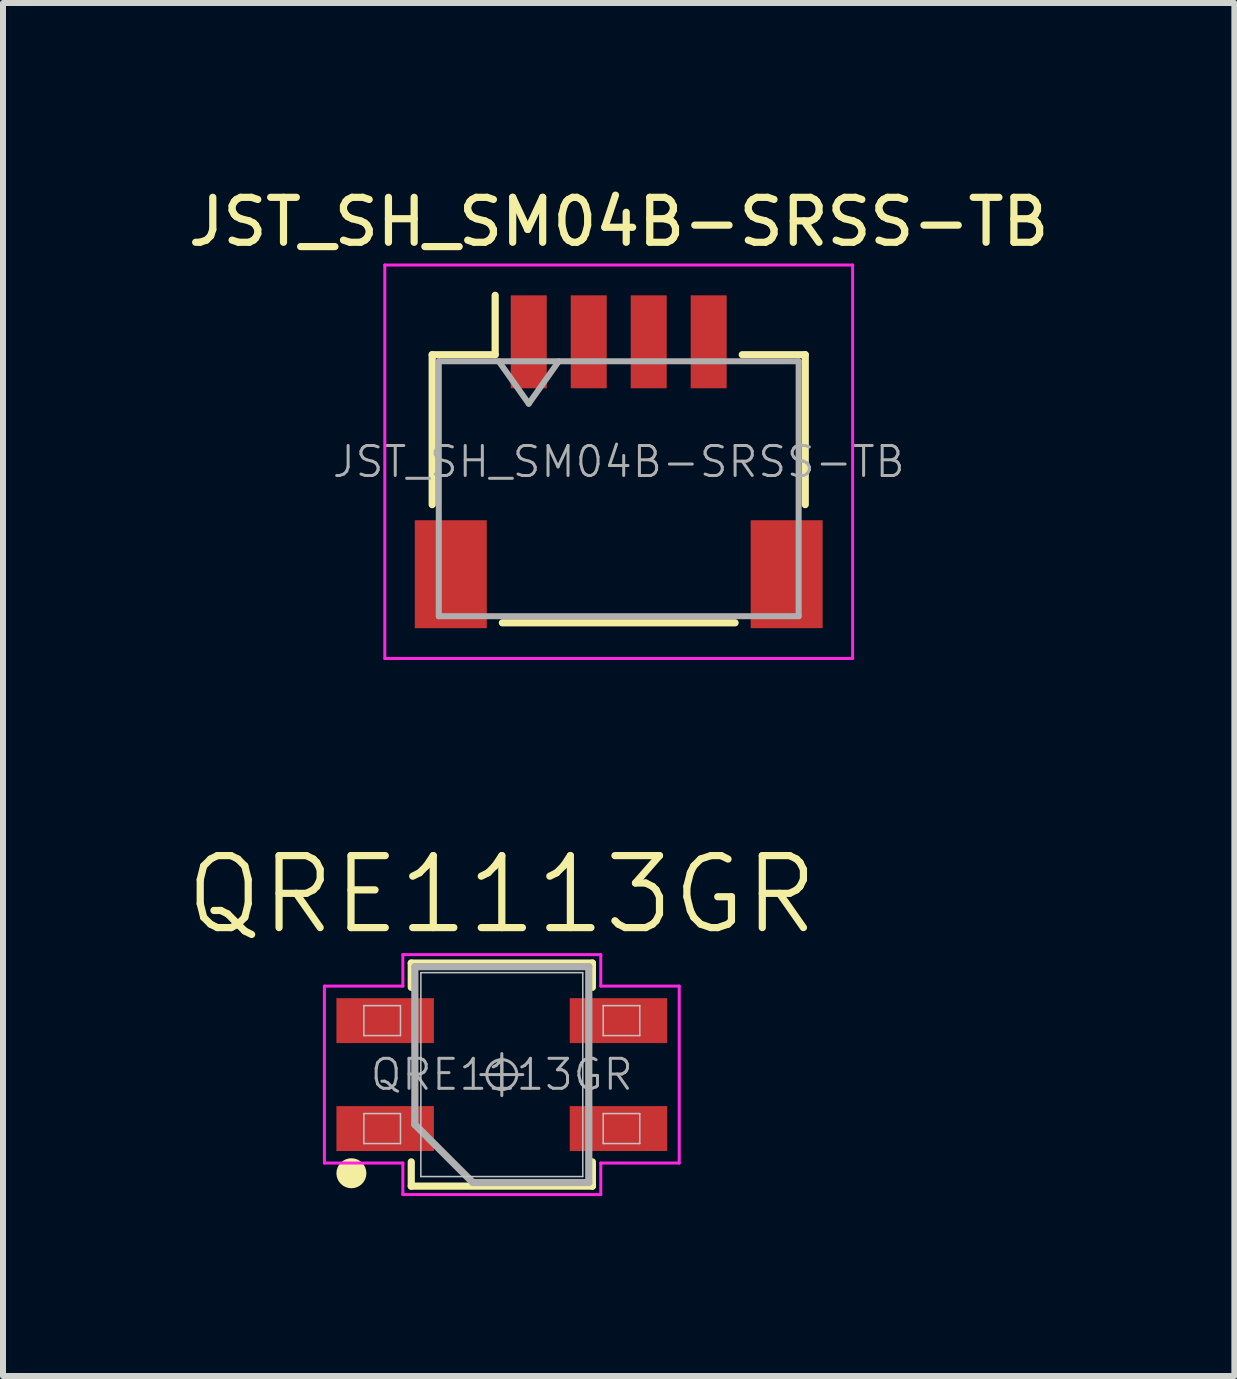
<source format=kicad_pcb>
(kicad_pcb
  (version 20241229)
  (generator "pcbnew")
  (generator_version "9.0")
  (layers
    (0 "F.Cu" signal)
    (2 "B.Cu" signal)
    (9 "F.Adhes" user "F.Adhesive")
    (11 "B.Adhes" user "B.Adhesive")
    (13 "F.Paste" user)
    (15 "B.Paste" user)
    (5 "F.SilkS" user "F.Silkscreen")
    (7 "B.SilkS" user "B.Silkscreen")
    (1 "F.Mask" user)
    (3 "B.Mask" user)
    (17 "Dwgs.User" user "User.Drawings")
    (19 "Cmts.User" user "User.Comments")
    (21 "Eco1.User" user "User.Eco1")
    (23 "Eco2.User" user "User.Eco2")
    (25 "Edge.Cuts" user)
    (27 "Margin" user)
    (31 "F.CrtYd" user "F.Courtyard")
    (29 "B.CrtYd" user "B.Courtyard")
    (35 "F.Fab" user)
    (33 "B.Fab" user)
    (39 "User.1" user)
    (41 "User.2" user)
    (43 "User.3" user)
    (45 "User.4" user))
  (footprint "JST_SH_SM04B-SRSS-TB"
    (layer "F.Cu")
    (at 7.266 4.649)
    (property "Reference" "JST_SH_SM04B-SRSS-TB" (at 0 -4 0) (unlocked yes) (layer "F.SilkS") (effects (font (size 0.75 0.75) (thickness 0.12))))
    (attr smd)
    (fp_line (start -3.11 -1.785) (end -2.06 -1.785) (stroke (width 0.12) (type solid)) (layer "F.SilkS"))
    (fp_line (start -3.11 0.715) (end -3.11 -1.785) (stroke (width 0.12) (type solid)) (layer "F.SilkS"))
    (fp_line (start -2.06 -1.785) (end -2.06 -2.775) (stroke (width 0.12) (type solid)) (layer "F.SilkS"))
    (fp_line (start -1.94 2.685) (end 1.94 2.685) (stroke (width 0.12) (type solid)) (layer "F.SilkS"))
    (fp_line (start 3.11 -1.785) (end 2.06 -1.785) (stroke (width 0.12) (type solid)) (layer "F.SilkS"))
    (fp_line (start 3.11 0.715) (end 3.11 -1.785) (stroke (width 0.12) (type solid)) (layer "F.SilkS"))
    (fp_line (start -3.9 -3.28) (end -3.9 3.28) (stroke (width 0.05) (type solid)) (layer "F.CrtYd"))
    (fp_line (start -3.9 3.28) (end 3.9 3.28) (stroke (width 0.05) (type solid)) (layer "F.CrtYd"))
    (fp_line (start 3.9 -3.28) (end -3.9 -3.28) (stroke (width 0.05) (type solid)) (layer "F.CrtYd"))
    (fp_line (start 3.9 3.28) (end 3.9 -3.28) (stroke (width 0.05) (type solid)) (layer "F.CrtYd"))
    (fp_line (start -3 -1.675) (end -3 2.575) (stroke (width 0.1) (type solid)) (layer "F.Fab"))
    (fp_line (start -3 -1.675) (end 3 -1.675) (stroke (width 0.1) (type solid)) (layer "F.Fab"))
    (fp_line (start -3 2.575) (end 3 2.575) (stroke (width 0.1) (type solid)) (layer "F.Fab"))
    (fp_line (start -2 -1.675) (end -1.5 -0.968) (stroke (width 0.1) (type solid)) (layer "F.Fab"))
    (fp_line (start -1.5 -0.968) (end -1 -1.675) (stroke (width 0.1) (type solid)) (layer "F.Fab"))
    (fp_line (start 3 -1.675) (end 3 2.575) (stroke (width 0.1) (type solid)) (layer "F.Fab"))
    (fp_text user "${REFERENCE}" (at 0 0 0) (layer "F.Fab") (effects (font (size 0.5 0.5) (thickness 0.05))))
    (pad "1" smd rect (at -1.5 -2) (size 0.6 1.55) (layers "F.Cu" "F.Mask" "F.Paste"))
    (pad "2" smd rect (at -0.5 -2) (size 0.6 1.55) (layers "F.Cu" "F.Mask" "F.Paste"))
    (pad "3" smd rect (at 0.5 -2) (size 0.6 1.55) (layers "F.Cu" "F.Mask" "F.Paste"))
    (pad "4" smd rect (at 1.5 -2) (size 0.6 1.55) (layers "F.Cu" "F.Mask" "F.Paste"))
    (pad "MP" smd rect (at -2.8 1.875) (size 1.2 1.8) (layers "F.Cu" "F.Mask" "F.Paste"))
    (pad "MP" smd rect (at 2.8 1.875) (size 1.2 1.8) (layers "F.Cu" "F.Mask" "F.Paste")))
  (footprint "QRE1113GR"
    (layer "F.Cu")
    (at 5.317 14.867)
    (property "Reference" "QRE1113GR" (at 0 -3 0) (layer "F.SilkS") (effects (font (size 1.2 1.2) (thickness 0.12))))
    (attr smd)
    (fp_line (start -1.51 -1.86) (end 1.51 -1.86) (stroke (width 0.12) (type solid)) (layer "F.SilkS"))
    (fp_line (start -1.51 -1.455) (end -1.51 -1.86) (stroke (width 0.12) (type solid)) (layer "F.SilkS"))
    (fp_line (start -1.51 1.455) (end -1.51 1.86) (stroke (width 0.12) (type solid)) (layer "F.SilkS"))
    (fp_line (start -1.51 1.86) (end 1.51 1.86) (stroke (width 0.12) (type solid)) (layer "F.SilkS"))
    (fp_line (start 1.51 -1.86) (end 1.51 -1.455) (stroke (width 0.12) (type solid)) (layer "F.SilkS"))
    (fp_line (start 1.51 1.86) (end 1.51 1.455) (stroke (width 0.12) (type solid)) (layer "F.SilkS"))
    (fp_circle (center -2.508 1.645) (end -2.508 1.77) (stroke (width 0.25) (type solid)) (fill no) (layer "F.SilkS"))
    (fp_line (start -2.3 -1.15) (end -2.3 -0.65) (stroke (width 0.025) (type solid)) (layer "Dwgs.User"))
    (fp_line (start -2.3 -0.65) (end -1.69 -0.65) (stroke (width 0.025) (type solid)) (layer "Dwgs.User"))
    (fp_line (start -2.3 0.65) (end -2.3 1.15) (stroke (width 0.025) (type solid)) (layer "Dwgs.User"))
    (fp_line (start -2.3 1.15) (end -1.69 1.15) (stroke (width 0.025) (type solid)) (layer "Dwgs.User"))
    (fp_line (start -1.69 -1.15) (end -2.3 -1.15) (stroke (width 0.025) (type solid)) (layer "Dwgs.User"))
    (fp_line (start -1.69 -0.65) (end -1.69 -1.15) (stroke (width 0.025) (type solid)) (layer "Dwgs.User"))
    (fp_line (start -1.69 0.65) (end -2.3 0.65) (stroke (width 0.025) (type solid)) (layer "Dwgs.User"))
    (fp_line (start -1.69 1.15) (end -1.69 0.65) (stroke (width 0.025) (type solid)) (layer "Dwgs.User"))
    (fp_line (start -1.35 -1.7) (end -1.35 1.7) (stroke (width 0.025) (type solid)) (layer "Dwgs.User"))
    (fp_line (start -1.35 1.7) (end 1.35 1.7) (stroke (width 0.025) (type solid)) (layer "Dwgs.User"))
    (fp_line (start 1.35 -1.7) (end -1.35 -1.7) (stroke (width 0.025) (type solid)) (layer "Dwgs.User"))
    (fp_line (start 1.35 1.7) (end 1.35 -1.7) (stroke (width 0.025) (type solid)) (layer "Dwgs.User"))
    (fp_line (start 1.69 -1.15) (end 1.69 -0.65) (stroke (width 0.025) (type solid)) (layer "Dwgs.User"))
    (fp_line (start 1.69 -0.65) (end 2.3 -0.65) (stroke (width 0.025) (type solid)) (layer "Dwgs.User"))
    (fp_line (start 1.69 0.65) (end 1.69 1.15) (stroke (width 0.025) (type solid)) (layer "Dwgs.User"))
    (fp_line (start 1.69 1.15) (end 2.3 1.15) (stroke (width 0.025) (type solid)) (layer "Dwgs.User"))
    (fp_line (start 2.3 -1.15) (end 1.69 -1.15) (stroke (width 0.025) (type solid)) (layer "Dwgs.User"))
    (fp_line (start 2.3 -0.65) (end 2.3 -1.15) (stroke (width 0.025) (type solid)) (layer "Dwgs.User"))
    (fp_line (start 2.3 0.65) (end 1.69 0.65) (stroke (width 0.025) (type solid)) (layer "Dwgs.User"))
    (fp_line (start 2.3 1.15) (end 2.3 0.65) (stroke (width 0.025) (type solid)) (layer "Dwgs.User"))
    (fp_line (start -2.958 -1.475) (end -1.65 -1.475) (stroke (width 0.05) (type solid)) (layer "F.CrtYd"))
    (fp_line (start -2.958 1.475) (end -2.958 -1.475) (stroke (width 0.05) (type solid)) (layer "F.CrtYd"))
    (fp_line (start -1.65 -2) (end 1.65 -2) (stroke (width 0.05) (type solid)) (layer "F.CrtYd"))
    (fp_line (start -1.65 -1.475) (end -1.65 -2) (stroke (width 0.05) (type solid)) (layer "F.CrtYd"))
    (fp_line (start -1.65 1.475) (end -2.958 1.475) (stroke (width 0.05) (type solid)) (layer "F.CrtYd"))
    (fp_line (start -1.65 2) (end -1.65 1.475) (stroke (width 0.05) (type solid)) (layer "F.CrtYd"))
    (fp_line (start 1.65 -2) (end 1.65 -1.475) (stroke (width 0.05) (type solid)) (layer "F.CrtYd"))
    (fp_line (start 1.65 -1.475) (end 2.958 -1.475) (stroke (width 0.05) (type solid)) (layer "F.CrtYd"))
    (fp_line (start 1.65 1.475) (end 1.65 2) (stroke (width 0.05) (type solid)) (layer "F.CrtYd"))
    (fp_line (start 1.65 2) (end -1.65 2) (stroke (width 0.05) (type solid)) (layer "F.CrtYd"))
    (fp_line (start 2.958 -1.475) (end 2.958 1.475) (stroke (width 0.05) (type solid)) (layer "F.CrtYd"))
    (fp_line (start 2.958 1.475) (end 1.65 1.475) (stroke (width 0.05) (type solid)) (layer "F.CrtYd"))
    (fp_line (start -1.45 -1.8) (end -1.45 0.833) (stroke (width 0.12) (type solid)) (layer "F.Fab"))
    (fp_line (start -1.45 0.833) (end -0.483 1.8) (stroke (width 0.12) (type solid)) (layer "F.Fab"))
    (fp_line (start -0.483 1.8) (end 1.45 1.8) (stroke (width 0.12) (type solid)) (layer "F.Fab"))
    (fp_line (start 0 0.35) (end 0 -0.35) (stroke (width 0.05) (type solid)) (layer "F.Fab"))
    (fp_line (start 0.35 0) (end -0.35 0) (stroke (width 0.05) (type solid)) (layer "F.Fab"))
    (fp_line (start 1.45 -1.8) (end -1.45 -1.8) (stroke (width 0.12) (type solid)) (layer "F.Fab"))
    (fp_line (start 1.45 1.8) (end 1.45 -1.8) (stroke (width 0.12) (type solid)) (layer "F.Fab"))
    (fp_circle (center 0 0) (end 0.25 0) (stroke (width 0.05) (type solid)) (fill no) (layer "F.Fab"))
    (fp_text user "${REFERENCE}" (at 0 0 0) (layer "F.Fab") (effects (font (size 0.5 0.5) (thickness 0.05))))
    (pad "1" smd rect (at -1.945 0.9) (size 1.625 0.749) (layers "F.Cu" "F.Mask" "F.Paste"))
    (pad "2" smd rect (at 1.945 0.9) (size 1.625 0.749) (layers "F.Cu" "F.Mask" "F.Paste"))
    (pad "3" smd rect (at 1.945 -0.9) (size 1.625 0.749) (layers "F.Cu" "F.Mask" "F.Paste"))
    (pad "4" smd rect (at -1.945 -0.9) (size 1.625 0.749) (layers "F.Cu" "F.Mask" "F.Paste")))
  (gr_rect
    (start -3 -3)
    (end 17.531 19.892)
    (stroke (width 0.1) (type default))
    (fill no)
    (layer "Edge.Cuts")))
</source>
